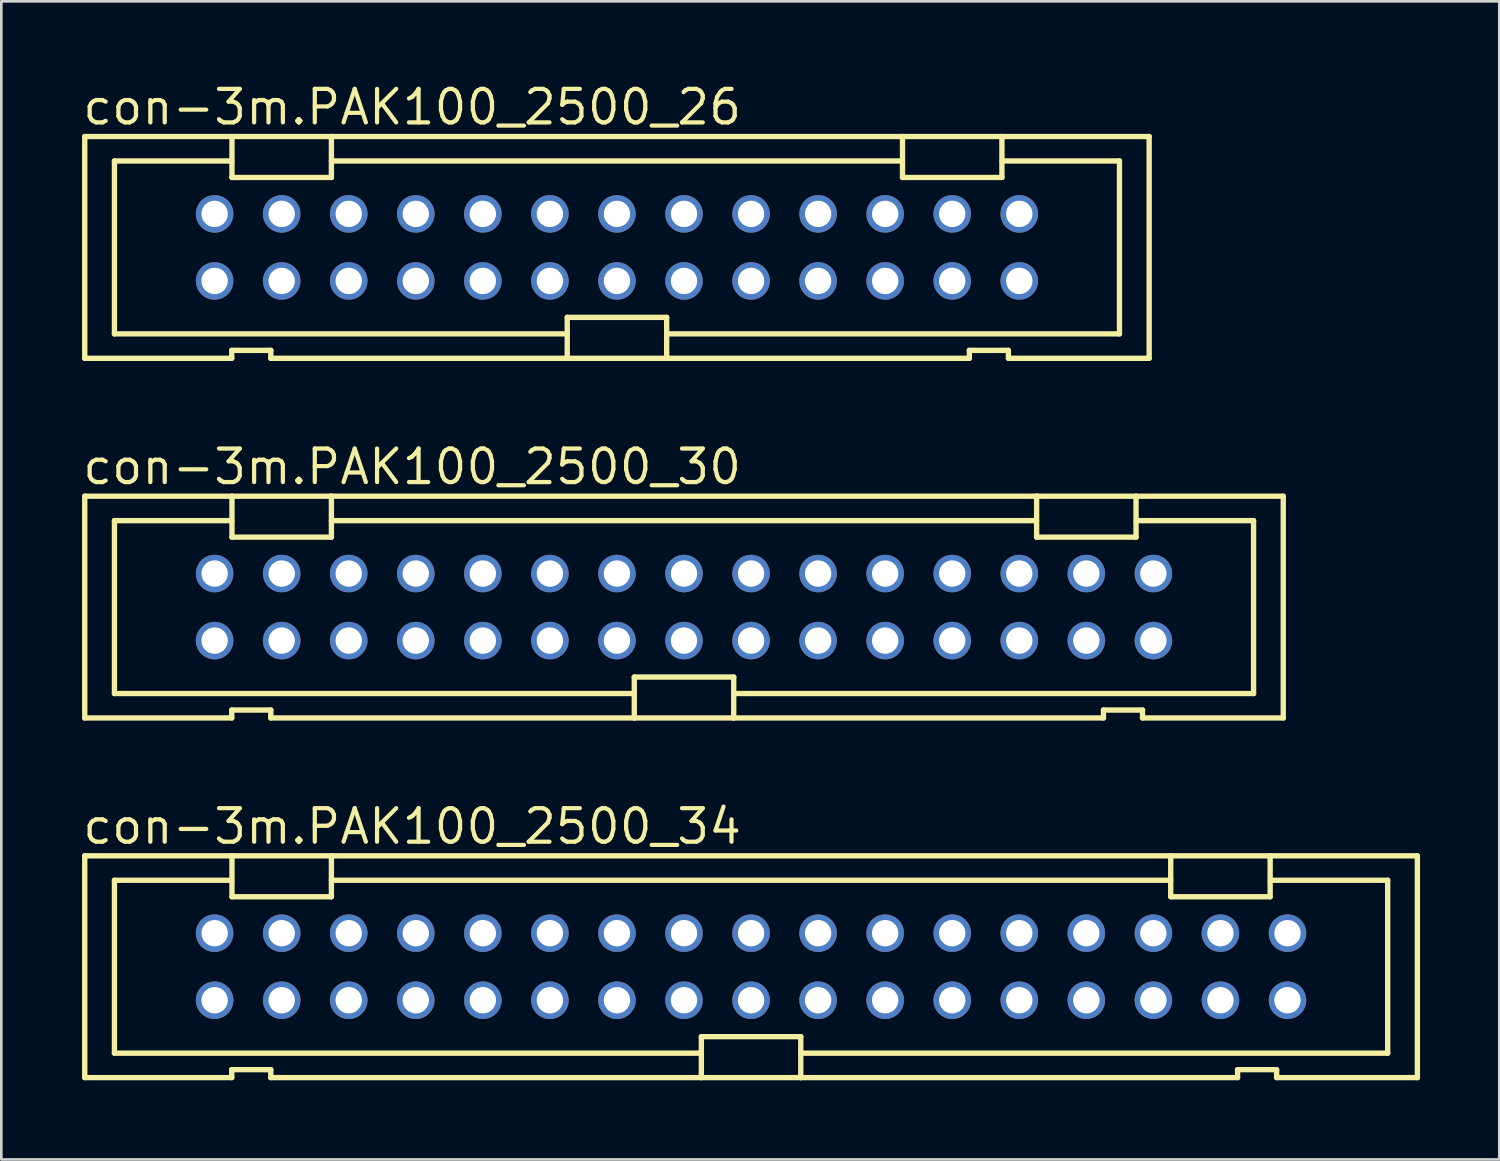
<source format=kicad_pcb>
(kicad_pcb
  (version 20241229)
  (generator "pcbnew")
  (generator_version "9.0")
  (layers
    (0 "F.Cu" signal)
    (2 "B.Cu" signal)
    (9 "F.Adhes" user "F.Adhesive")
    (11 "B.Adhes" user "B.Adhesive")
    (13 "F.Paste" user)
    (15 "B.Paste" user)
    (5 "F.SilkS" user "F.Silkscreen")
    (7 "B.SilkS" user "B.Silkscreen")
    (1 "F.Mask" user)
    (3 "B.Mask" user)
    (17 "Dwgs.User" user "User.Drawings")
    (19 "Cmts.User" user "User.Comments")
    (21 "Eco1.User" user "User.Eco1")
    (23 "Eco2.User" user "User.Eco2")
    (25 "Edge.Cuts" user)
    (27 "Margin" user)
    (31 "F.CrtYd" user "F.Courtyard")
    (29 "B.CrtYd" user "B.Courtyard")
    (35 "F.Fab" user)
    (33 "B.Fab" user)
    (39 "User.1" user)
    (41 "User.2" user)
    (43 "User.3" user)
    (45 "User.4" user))
  (footprint "con-3m.PAK100_2500_26"
    (layer "F.Cu")
    (at 20.32 6.322)
    (property "Reference" "con-3m.PAK100_2500_26" (at -20.32 -4.572 0) (layer "F.SilkS") (effects (font (size 1.27 1.27) (thickness 0.16)) (justify left bottom)))
    (attr through_hole)
    (fp_line (start -20.16 -4.2) (end -14.583 -4.2) (stroke (width 0.203) (type default)) (layer "F.SilkS"))
    (fp_line (start -20.16 4.2) (end -20.16 -4.2) (stroke (width 0.203) (type default)) (layer "F.SilkS"))
    (fp_line (start -19.035 -3.275) (end -14.59 -3.275) (stroke (width 0.203) (type default)) (layer "F.SilkS"))
    (fp_line (start -19.035 3.275) (end -19.035 -3.275) (stroke (width 0.203) (type default)) (layer "F.SilkS"))
    (fp_line (start -14.591 3.9) (end -14.591 4.2) (stroke (width 0.203) (type default)) (layer "F.SilkS"))
    (fp_line (start -14.591 4.2) (end -20.16 4.2) (stroke (width 0.203) (type default)) (layer "F.SilkS"))
    (fp_line (start -14.583 -4.2) (end -14.583 -2.65) (stroke (width 0.203) (type default)) (layer "F.SilkS"))
    (fp_line (start -14.583 -4.2) (end -10.817 -4.2) (stroke (width 0.203) (type default)) (layer "F.SilkS"))
    (fp_line (start -14.583 -2.65) (end -10.817 -2.65) (stroke (width 0.203) (type default)) (layer "F.SilkS"))
    (fp_line (start -13.112 3.9) (end -14.591 3.9) (stroke (width 0.203) (type default)) (layer "F.SilkS"))
    (fp_line (start -13.112 4.2) (end -13.112 3.9) (stroke (width 0.203) (type default)) (layer "F.SilkS"))
    (fp_line (start -10.817 -4.2) (end 10.817 -4.2) (stroke (width 0.203) (type default)) (layer "F.SilkS"))
    (fp_line (start -10.817 -2.65) (end -10.817 -4.2) (stroke (width 0.203) (type default)) (layer "F.SilkS"))
    (fp_line (start -10.815 -3.275) (end 10.815 -3.275) (stroke (width 0.203) (type default)) (layer "F.SilkS"))
    (fp_line (start -1.883 2.65) (end -1.883 4.2) (stroke (width 0.203) (type default)) (layer "F.SilkS"))
    (fp_line (start -1.883 3.275) (end -19.035 3.275) (stroke (width 0.203) (type default)) (layer "F.SilkS"))
    (fp_line (start -1.883 4.2) (end -13.112 4.2) (stroke (width 0.203) (type default)) (layer "F.SilkS"))
    (fp_line (start 1.883 2.65) (end -1.883 2.65) (stroke (width 0.203) (type default)) (layer "F.SilkS"))
    (fp_line (start 1.883 4.2) (end -1.883 4.2) (stroke (width 0.203) (type default)) (layer "F.SilkS"))
    (fp_line (start 1.883 4.2) (end 1.883 2.65) (stroke (width 0.203) (type default)) (layer "F.SilkS"))
    (fp_line (start 10.817 -4.2) (end 10.817 -2.65) (stroke (width 0.203) (type default)) (layer "F.SilkS"))
    (fp_line (start 10.817 -4.2) (end 14.583 -4.2) (stroke (width 0.203) (type default)) (layer "F.SilkS"))
    (fp_line (start 10.817 -2.65) (end 14.583 -2.65) (stroke (width 0.203) (type default)) (layer "F.SilkS"))
    (fp_line (start 13.349 3.9) (end 13.349 4.2) (stroke (width 0.203) (type default)) (layer "F.SilkS"))
    (fp_line (start 13.349 4.2) (end 1.883 4.2) (stroke (width 0.203) (type default)) (layer "F.SilkS"))
    (fp_line (start 14.583 -4.2) (end 20.16 -4.2) (stroke (width 0.203) (type default)) (layer "F.SilkS"))
    (fp_line (start 14.583 -2.65) (end 14.583 -4.2) (stroke (width 0.203) (type default)) (layer "F.SilkS"))
    (fp_line (start 14.59 -3.275) (end 19.035 -3.275) (stroke (width 0.203) (type default)) (layer "F.SilkS"))
    (fp_line (start 14.828 3.9) (end 13.349 3.9) (stroke (width 0.203) (type default)) (layer "F.SilkS"))
    (fp_line (start 14.828 4.2) (end 14.828 3.9) (stroke (width 0.203) (type default)) (layer "F.SilkS"))
    (fp_line (start 19.035 -3.275) (end 19.035 3.275) (stroke (width 0.203) (type default)) (layer "F.SilkS"))
    (fp_line (start 19.035 3.275) (end 1.883 3.275) (stroke (width 0.203) (type default)) (layer "F.SilkS"))
    (fp_line (start 20.16 -4.2) (end 20.16 4.2) (stroke (width 0.203) (type default)) (layer "F.SilkS"))
    (fp_line (start 20.16 4.2) (end 14.828 4.2) (stroke (width 0.203) (type default)) (layer "F.SilkS"))
    (pad "1" thru_hole circle (at -15.24 1.27) (size 1.422 1.422) (drill 1) (layers "*.Cu" "*.Mask"))
    (pad "2" thru_hole circle (at -15.24 -1.27) (size 1.422 1.422) (drill 1) (layers "*.Cu" "*.Mask"))
    (pad "3" thru_hole circle (at -12.7 1.27) (size 1.422 1.422) (drill 1) (layers "*.Cu" "*.Mask"))
    (pad "4" thru_hole circle (at -12.7 -1.27) (size 1.422 1.422) (drill 1) (layers "*.Cu" "*.Mask"))
    (pad "5" thru_hole circle (at -10.16 1.27) (size 1.422 1.422) (drill 1) (layers "*.Cu" "*.Mask"))
    (pad "6" thru_hole circle (at -10.16 -1.27) (size 1.422 1.422) (drill 1) (layers "*.Cu" "*.Mask"))
    (pad "7" thru_hole circle (at -7.62 1.27) (size 1.422 1.422) (drill 1) (layers "*.Cu" "*.Mask"))
    (pad "8" thru_hole circle (at -7.62 -1.27) (size 1.422 1.422) (drill 1) (layers "*.Cu" "*.Mask"))
    (pad "9" thru_hole circle (at -5.08 1.27) (size 1.422 1.422) (drill 1) (layers "*.Cu" "*.Mask"))
    (pad "10" thru_hole circle (at -5.08 -1.27) (size 1.422 1.422) (drill 1) (layers "*.Cu" "*.Mask"))
    (pad "11" thru_hole circle (at -2.54 1.27) (size 1.422 1.422) (drill 1) (layers "*.Cu" "*.Mask"))
    (pad "12" thru_hole circle (at -2.54 -1.27) (size 1.422 1.422) (drill 1) (layers "*.Cu" "*.Mask"))
    (pad "13" thru_hole circle (at 0 1.27) (size 1.422 1.422) (drill 1) (layers "*.Cu" "*.Mask"))
    (pad "14" thru_hole circle (at 0 -1.27) (size 1.422 1.422) (drill 1) (layers "*.Cu" "*.Mask"))
    (pad "15" thru_hole circle (at 2.54 1.27) (size 1.422 1.422) (drill 1) (layers "*.Cu" "*.Mask"))
    (pad "16" thru_hole circle (at 2.54 -1.27) (size 1.422 1.422) (drill 1) (layers "*.Cu" "*.Mask"))
    (pad "17" thru_hole circle (at 5.08 1.27) (size 1.422 1.422) (drill 1) (layers "*.Cu" "*.Mask"))
    (pad "18" thru_hole circle (at 5.08 -1.27) (size 1.422 1.422) (drill 1) (layers "*.Cu" "*.Mask"))
    (pad "19" thru_hole circle (at 7.62 1.27) (size 1.422 1.422) (drill 1) (layers "*.Cu" "*.Mask"))
    (pad "20" thru_hole circle (at 7.62 -1.27) (size 1.422 1.422) (drill 1) (layers "*.Cu" "*.Mask"))
    (pad "21" thru_hole circle (at 10.16 1.27) (size 1.422 1.422) (drill 1) (layers "*.Cu" "*.Mask"))
    (pad "22" thru_hole circle (at 10.16 -1.27) (size 1.422 1.422) (drill 1) (layers "*.Cu" "*.Mask"))
    (pad "23" thru_hole circle (at 12.7 1.27) (size 1.422 1.422) (drill 1) (layers "*.Cu" "*.Mask"))
    (pad "24" thru_hole circle (at 12.7 -1.27) (size 1.422 1.422) (drill 1) (layers "*.Cu" "*.Mask"))
    (pad "25" thru_hole circle (at 15.24 1.27) (size 1.422 1.422) (drill 1) (layers "*.Cu" "*.Mask"))
    (pad "26" thru_hole circle (at 15.24 -1.27) (size 1.422 1.422) (drill 1) (layers "*.Cu" "*.Mask")))
  (footprint "con-3m.PAK100_2500_30"
    (layer "F.Cu")
    (at 22.86 19.946)
    (property "Reference" "con-3m.PAK100_2500_30" (at -22.86 -4.572 0) (layer "F.SilkS") (effects (font (size 1.27 1.27) (thickness 0.16)) (justify left bottom)))
    (attr through_hole)
    (fp_line (start -22.7 -4.2) (end -17.123 -4.2) (stroke (width 0.203) (type default)) (layer "F.SilkS"))
    (fp_line (start -22.7 4.2) (end -22.7 -4.2) (stroke (width 0.203) (type default)) (layer "F.SilkS"))
    (fp_line (start -21.575 -3.275) (end -17.13 -3.275) (stroke (width 0.203) (type default)) (layer "F.SilkS"))
    (fp_line (start -21.575 3.275) (end -21.575 -3.275) (stroke (width 0.203) (type default)) (layer "F.SilkS"))
    (fp_line (start -17.131 3.9) (end -17.131 4.2) (stroke (width 0.203) (type default)) (layer "F.SilkS"))
    (fp_line (start -17.131 4.2) (end -22.7 4.2) (stroke (width 0.203) (type default)) (layer "F.SilkS"))
    (fp_line (start -17.123 -4.2) (end -17.123 -2.65) (stroke (width 0.203) (type default)) (layer "F.SilkS"))
    (fp_line (start -17.123 -4.2) (end -13.357 -4.2) (stroke (width 0.203) (type default)) (layer "F.SilkS"))
    (fp_line (start -17.123 -2.65) (end -13.357 -2.65) (stroke (width 0.203) (type default)) (layer "F.SilkS"))
    (fp_line (start -15.652 3.9) (end -17.131 3.9) (stroke (width 0.203) (type default)) (layer "F.SilkS"))
    (fp_line (start -15.652 4.2) (end -15.652 3.9) (stroke (width 0.203) (type default)) (layer "F.SilkS"))
    (fp_line (start -13.357 -4.2) (end 13.357 -4.2) (stroke (width 0.203) (type default)) (layer "F.SilkS"))
    (fp_line (start -13.357 -2.65) (end -13.357 -4.2) (stroke (width 0.203) (type default)) (layer "F.SilkS"))
    (fp_line (start -13.355 -3.275) (end 13.355 -3.275) (stroke (width 0.203) (type default)) (layer "F.SilkS"))
    (fp_line (start -1.883 2.65) (end -1.883 4.2) (stroke (width 0.203) (type default)) (layer "F.SilkS"))
    (fp_line (start -1.883 3.275) (end -21.575 3.275) (stroke (width 0.203) (type default)) (layer "F.SilkS"))
    (fp_line (start -1.883 4.2) (end -15.652 4.2) (stroke (width 0.203) (type default)) (layer "F.SilkS"))
    (fp_line (start 1.883 2.65) (end -1.883 2.65) (stroke (width 0.203) (type default)) (layer "F.SilkS"))
    (fp_line (start 1.883 4.2) (end -1.883 4.2) (stroke (width 0.203) (type default)) (layer "F.SilkS"))
    (fp_line (start 1.883 4.2) (end 1.883 2.65) (stroke (width 0.203) (type default)) (layer "F.SilkS"))
    (fp_line (start 13.357 -4.2) (end 13.357 -2.65) (stroke (width 0.203) (type default)) (layer "F.SilkS"))
    (fp_line (start 13.357 -4.2) (end 17.123 -4.2) (stroke (width 0.203) (type default)) (layer "F.SilkS"))
    (fp_line (start 13.357 -2.65) (end 17.123 -2.65) (stroke (width 0.203) (type default)) (layer "F.SilkS"))
    (fp_line (start 15.889 3.9) (end 15.889 4.2) (stroke (width 0.203) (type default)) (layer "F.SilkS"))
    (fp_line (start 15.889 4.2) (end 1.883 4.2) (stroke (width 0.203) (type default)) (layer "F.SilkS"))
    (fp_line (start 17.123 -4.2) (end 22.7 -4.2) (stroke (width 0.203) (type default)) (layer "F.SilkS"))
    (fp_line (start 17.123 -2.65) (end 17.123 -4.2) (stroke (width 0.203) (type default)) (layer "F.SilkS"))
    (fp_line (start 17.13 -3.275) (end 21.575 -3.275) (stroke (width 0.203) (type default)) (layer "F.SilkS"))
    (fp_line (start 17.368 3.9) (end 15.889 3.9) (stroke (width 0.203) (type default)) (layer "F.SilkS"))
    (fp_line (start 17.368 4.2) (end 17.368 3.9) (stroke (width 0.203) (type default)) (layer "F.SilkS"))
    (fp_line (start 21.575 -3.275) (end 21.575 3.275) (stroke (width 0.203) (type default)) (layer "F.SilkS"))
    (fp_line (start 21.575 3.275) (end 1.883 3.275) (stroke (width 0.203) (type default)) (layer "F.SilkS"))
    (fp_line (start 22.7 -4.2) (end 22.7 4.2) (stroke (width 0.203) (type default)) (layer "F.SilkS"))
    (fp_line (start 22.7 4.2) (end 17.368 4.2) (stroke (width 0.203) (type default)) (layer "F.SilkS"))
    (pad "1" thru_hole circle (at -17.78 1.27) (size 1.422 1.422) (drill 1) (layers "*.Cu" "*.Mask"))
    (pad "2" thru_hole circle (at -17.78 -1.27) (size 1.422 1.422) (drill 1) (layers "*.Cu" "*.Mask"))
    (pad "3" thru_hole circle (at -15.24 1.27) (size 1.422 1.422) (drill 1) (layers "*.Cu" "*.Mask"))
    (pad "4" thru_hole circle (at -15.24 -1.27) (size 1.422 1.422) (drill 1) (layers "*.Cu" "*.Mask"))
    (pad "5" thru_hole circle (at -12.7 1.27) (size 1.422 1.422) (drill 1) (layers "*.Cu" "*.Mask"))
    (pad "6" thru_hole circle (at -12.7 -1.27) (size 1.422 1.422) (drill 1) (layers "*.Cu" "*.Mask"))
    (pad "7" thru_hole circle (at -10.16 1.27) (size 1.422 1.422) (drill 1) (layers "*.Cu" "*.Mask"))
    (pad "8" thru_hole circle (at -10.16 -1.27) (size 1.422 1.422) (drill 1) (layers "*.Cu" "*.Mask"))
    (pad "9" thru_hole circle (at -7.62 1.27) (size 1.422 1.422) (drill 1) (layers "*.Cu" "*.Mask"))
    (pad "10" thru_hole circle (at -7.62 -1.27) (size 1.422 1.422) (drill 1) (layers "*.Cu" "*.Mask"))
    (pad "11" thru_hole circle (at -5.08 1.27) (size 1.422 1.422) (drill 1) (layers "*.Cu" "*.Mask"))
    (pad "12" thru_hole circle (at -5.08 -1.27) (size 1.422 1.422) (drill 1) (layers "*.Cu" "*.Mask"))
    (pad "13" thru_hole circle (at -2.54 1.27) (size 1.422 1.422) (drill 1) (layers "*.Cu" "*.Mask"))
    (pad "14" thru_hole circle (at -2.54 -1.27) (size 1.422 1.422) (drill 1) (layers "*.Cu" "*.Mask"))
    (pad "15" thru_hole circle (at 0 1.27) (size 1.422 1.422) (drill 1) (layers "*.Cu" "*.Mask"))
    (pad "16" thru_hole circle (at 0 -1.27) (size 1.422 1.422) (drill 1) (layers "*.Cu" "*.Mask"))
    (pad "17" thru_hole circle (at 2.54 1.27) (size 1.422 1.422) (drill 1) (layers "*.Cu" "*.Mask"))
    (pad "18" thru_hole circle (at 2.54 -1.27) (size 1.422 1.422) (drill 1) (layers "*.Cu" "*.Mask"))
    (pad "19" thru_hole circle (at 5.08 1.27) (size 1.422 1.422) (drill 1) (layers "*.Cu" "*.Mask"))
    (pad "20" thru_hole circle (at 5.08 -1.27) (size 1.422 1.422) (drill 1) (layers "*.Cu" "*.Mask"))
    (pad "21" thru_hole circle (at 7.62 1.27) (size 1.422 1.422) (drill 1) (layers "*.Cu" "*.Mask"))
    (pad "22" thru_hole circle (at 7.62 -1.27) (size 1.422 1.422) (drill 1) (layers "*.Cu" "*.Mask"))
    (pad "23" thru_hole circle (at 10.16 1.27) (size 1.422 1.422) (drill 1) (layers "*.Cu" "*.Mask"))
    (pad "24" thru_hole circle (at 10.16 -1.27) (size 1.422 1.422) (drill 1) (layers "*.Cu" "*.Mask"))
    (pad "25" thru_hole circle (at 12.7 1.27) (size 1.422 1.422) (drill 1) (layers "*.Cu" "*.Mask"))
    (pad "26" thru_hole circle (at 12.7 -1.27) (size 1.422 1.422) (drill 1) (layers "*.Cu" "*.Mask"))
    (pad "27" thru_hole circle (at 15.24 1.27) (size 1.422 1.422) (drill 1) (layers "*.Cu" "*.Mask"))
    (pad "28" thru_hole circle (at 15.24 -1.27) (size 1.422 1.422) (drill 1) (layers "*.Cu" "*.Mask"))
    (pad "29" thru_hole circle (at 17.78 1.27) (size 1.422 1.422) (drill 1) (layers "*.Cu" "*.Mask"))
    (pad "30" thru_hole circle (at 17.78 -1.27) (size 1.422 1.422) (drill 1) (layers "*.Cu" "*.Mask")))
  (footprint "con-3m.PAK100_2500_34"
    (layer "F.Cu")
    (at 25.4 33.569)
    (property "Reference" "con-3m.PAK100_2500_34" (at -25.4 -4.572 0) (layer "F.SilkS") (effects (font (size 1.27 1.27) (thickness 0.16)) (justify left bottom)))
    (attr through_hole)
    (fp_line (start -25.24 -4.2) (end -19.663 -4.2) (stroke (width 0.203) (type default)) (layer "F.SilkS"))
    (fp_line (start -25.24 4.2) (end -25.24 -4.2) (stroke (width 0.203) (type default)) (layer "F.SilkS"))
    (fp_line (start -24.115 -3.275) (end -19.67 -3.275) (stroke (width 0.203) (type default)) (layer "F.SilkS"))
    (fp_line (start -24.115 3.275) (end -24.115 -3.275) (stroke (width 0.203) (type default)) (layer "F.SilkS"))
    (fp_line (start -19.671 3.9) (end -19.671 4.2) (stroke (width 0.203) (type default)) (layer "F.SilkS"))
    (fp_line (start -19.671 4.2) (end -25.24 4.2) (stroke (width 0.203) (type default)) (layer "F.SilkS"))
    (fp_line (start -19.663 -4.2) (end -19.663 -2.65) (stroke (width 0.203) (type default)) (layer "F.SilkS"))
    (fp_line (start -19.663 -4.2) (end -15.897 -4.2) (stroke (width 0.203) (type default)) (layer "F.SilkS"))
    (fp_line (start -19.663 -2.65) (end -15.897 -2.65) (stroke (width 0.203) (type default)) (layer "F.SilkS"))
    (fp_line (start -18.192 3.9) (end -19.671 3.9) (stroke (width 0.203) (type default)) (layer "F.SilkS"))
    (fp_line (start -18.192 4.2) (end -18.192 3.9) (stroke (width 0.203) (type default)) (layer "F.SilkS"))
    (fp_line (start -15.897 -4.2) (end 15.897 -4.2) (stroke (width 0.203) (type default)) (layer "F.SilkS"))
    (fp_line (start -15.897 -2.65) (end -15.897 -4.2) (stroke (width 0.203) (type default)) (layer "F.SilkS"))
    (fp_line (start -15.895 -3.275) (end 15.895 -3.275) (stroke (width 0.203) (type default)) (layer "F.SilkS"))
    (fp_line (start -1.883 2.65) (end -1.883 4.2) (stroke (width 0.203) (type default)) (layer "F.SilkS"))
    (fp_line (start -1.883 3.275) (end -24.115 3.275) (stroke (width 0.203) (type default)) (layer "F.SilkS"))
    (fp_line (start -1.883 4.2) (end -18.192 4.2) (stroke (width 0.203) (type default)) (layer "F.SilkS"))
    (fp_line (start 1.883 2.65) (end -1.883 2.65) (stroke (width 0.203) (type default)) (layer "F.SilkS"))
    (fp_line (start 1.883 4.2) (end -1.883 4.2) (stroke (width 0.203) (type default)) (layer "F.SilkS"))
    (fp_line (start 1.883 4.2) (end 1.883 2.65) (stroke (width 0.203) (type default)) (layer "F.SilkS"))
    (fp_line (start 15.897 -4.2) (end 15.897 -2.65) (stroke (width 0.203) (type default)) (layer "F.SilkS"))
    (fp_line (start 15.897 -4.2) (end 19.663 -4.2) (stroke (width 0.203) (type default)) (layer "F.SilkS"))
    (fp_line (start 15.897 -2.65) (end 19.663 -2.65) (stroke (width 0.203) (type default)) (layer "F.SilkS"))
    (fp_line (start 18.429 3.9) (end 18.429 4.2) (stroke (width 0.203) (type default)) (layer "F.SilkS"))
    (fp_line (start 18.429 4.2) (end 1.883 4.2) (stroke (width 0.203) (type default)) (layer "F.SilkS"))
    (fp_line (start 19.663 -4.2) (end 25.24 -4.2) (stroke (width 0.203) (type default)) (layer "F.SilkS"))
    (fp_line (start 19.663 -2.65) (end 19.663 -4.2) (stroke (width 0.203) (type default)) (layer "F.SilkS"))
    (fp_line (start 19.67 -3.275) (end 24.115 -3.275) (stroke (width 0.203) (type default)) (layer "F.SilkS"))
    (fp_line (start 19.908 3.9) (end 18.429 3.9) (stroke (width 0.203) (type default)) (layer "F.SilkS"))
    (fp_line (start 19.908 4.2) (end 19.908 3.9) (stroke (width 0.203) (type default)) (layer "F.SilkS"))
    (fp_line (start 24.115 -3.275) (end 24.115 3.275) (stroke (width 0.203) (type default)) (layer "F.SilkS"))
    (fp_line (start 24.115 3.275) (end 1.883 3.275) (stroke (width 0.203) (type default)) (layer "F.SilkS"))
    (fp_line (start 25.24 -4.2) (end 25.24 4.2) (stroke (width 0.203) (type default)) (layer "F.SilkS"))
    (fp_line (start 25.24 4.2) (end 19.908 4.2) (stroke (width 0.203) (type default)) (layer "F.SilkS"))
    (pad "1" thru_hole circle (at -20.32 1.27) (size 1.422 1.422) (drill 1) (layers "*.Cu" "*.Mask"))
    (pad "2" thru_hole circle (at -20.32 -1.27) (size 1.422 1.422) (drill 1) (layers "*.Cu" "*.Mask"))
    (pad "3" thru_hole circle (at -17.78 1.27) (size 1.422 1.422) (drill 1) (layers "*.Cu" "*.Mask"))
    (pad "4" thru_hole circle (at -17.78 -1.27) (size 1.422 1.422) (drill 1) (layers "*.Cu" "*.Mask"))
    (pad "5" thru_hole circle (at -15.24 1.27) (size 1.422 1.422) (drill 1) (layers "*.Cu" "*.Mask"))
    (pad "6" thru_hole circle (at -15.24 -1.27) (size 1.422 1.422) (drill 1) (layers "*.Cu" "*.Mask"))
    (pad "7" thru_hole circle (at -12.7 1.27) (size 1.422 1.422) (drill 1) (layers "*.Cu" "*.Mask"))
    (pad "8" thru_hole circle (at -12.7 -1.27) (size 1.422 1.422) (drill 1) (layers "*.Cu" "*.Mask"))
    (pad "9" thru_hole circle (at -10.16 1.27) (size 1.422 1.422) (drill 1) (layers "*.Cu" "*.Mask"))
    (pad "10" thru_hole circle (at -10.16 -1.27) (size 1.422 1.422) (drill 1) (layers "*.Cu" "*.Mask"))
    (pad "11" thru_hole circle (at -7.62 1.27) (size 1.422 1.422) (drill 1) (layers "*.Cu" "*.Mask"))
    (pad "12" thru_hole circle (at -7.62 -1.27) (size 1.422 1.422) (drill 1) (layers "*.Cu" "*.Mask"))
    (pad "13" thru_hole circle (at -5.08 1.27) (size 1.422 1.422) (drill 1) (layers "*.Cu" "*.Mask"))
    (pad "14" thru_hole circle (at -5.08 -1.27) (size 1.422 1.422) (drill 1) (layers "*.Cu" "*.Mask"))
    (pad "15" thru_hole circle (at -2.54 1.27) (size 1.422 1.422) (drill 1) (layers "*.Cu" "*.Mask"))
    (pad "16" thru_hole circle (at -2.54 -1.27) (size 1.422 1.422) (drill 1) (layers "*.Cu" "*.Mask"))
    (pad "17" thru_hole circle (at 0 1.27) (size 1.422 1.422) (drill 1) (layers "*.Cu" "*.Mask"))
    (pad "18" thru_hole circle (at 0 -1.27) (size 1.422 1.422) (drill 1) (layers "*.Cu" "*.Mask"))
    (pad "19" thru_hole circle (at 2.54 1.27) (size 1.422 1.422) (drill 1) (layers "*.Cu" "*.Mask"))
    (pad "20" thru_hole circle (at 2.54 -1.27) (size 1.422 1.422) (drill 1) (layers "*.Cu" "*.Mask"))
    (pad "21" thru_hole circle (at 5.08 1.27) (size 1.422 1.422) (drill 1) (layers "*.Cu" "*.Mask"))
    (pad "22" thru_hole circle (at 5.08 -1.27) (size 1.422 1.422) (drill 1) (layers "*.Cu" "*.Mask"))
    (pad "23" thru_hole circle (at 7.62 1.27) (size 1.422 1.422) (drill 1) (layers "*.Cu" "*.Mask"))
    (pad "24" thru_hole circle (at 7.62 -1.27) (size 1.422 1.422) (drill 1) (layers "*.Cu" "*.Mask"))
    (pad "25" thru_hole circle (at 10.16 1.27) (size 1.422 1.422) (drill 1) (layers "*.Cu" "*.Mask"))
    (pad "26" thru_hole circle (at 10.16 -1.27) (size 1.422 1.422) (drill 1) (layers "*.Cu" "*.Mask"))
    (pad "27" thru_hole circle (at 12.7 1.27) (size 1.422 1.422) (drill 1) (layers "*.Cu" "*.Mask"))
    (pad "28" thru_hole circle (at 12.7 -1.27) (size 1.422 1.422) (drill 1) (layers "*.Cu" "*.Mask"))
    (pad "29" thru_hole circle (at 15.24 1.27) (size 1.422 1.422) (drill 1) (layers "*.Cu" "*.Mask"))
    (pad "30" thru_hole circle (at 15.24 -1.27) (size 1.422 1.422) (drill 1) (layers "*.Cu" "*.Mask"))
    (pad "31" thru_hole circle (at 17.78 1.27) (size 1.422 1.422) (drill 1) (layers "*.Cu" "*.Mask"))
    (pad "32" thru_hole circle (at 17.78 -1.27) (size 1.422 1.422) (drill 1) (layers "*.Cu" "*.Mask"))
    (pad "33" thru_hole circle (at 20.32 1.27) (size 1.422 1.422) (drill 1) (layers "*.Cu" "*.Mask"))
    (pad "34" thru_hole circle (at 20.32 -1.27) (size 1.422 1.422) (drill 1) (layers "*.Cu" "*.Mask")))
  (gr_rect
    (start -3 -3)
    (end 53.742 40.871)
    (stroke (width 0.1) (type default))
    (fill no)
    (layer "Edge.Cuts")))
</source>
